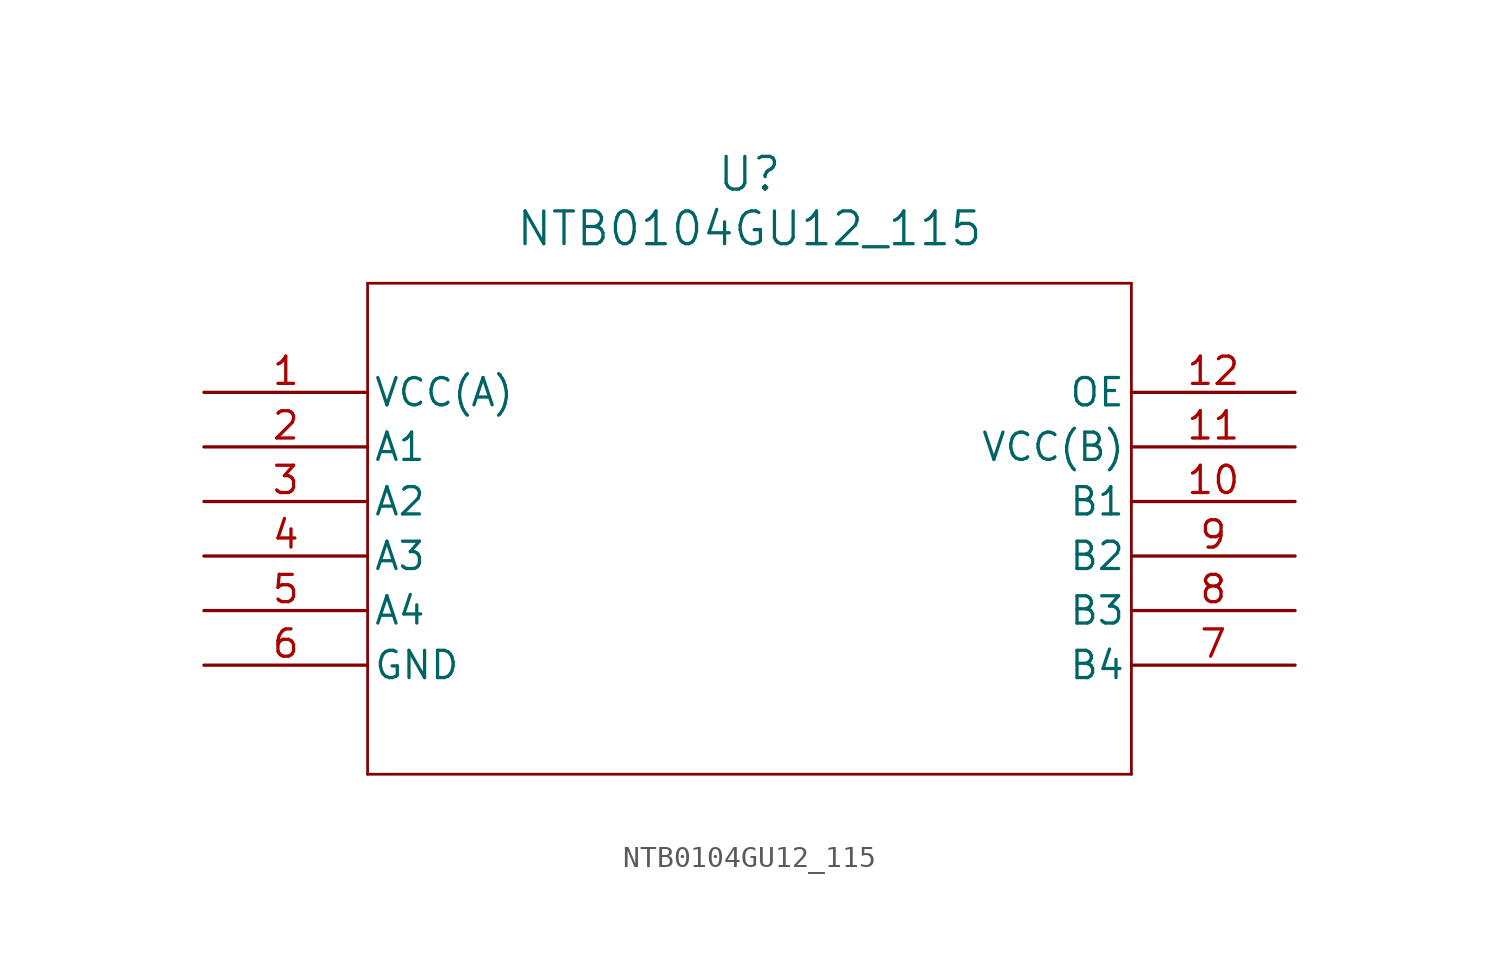
<source format=kicad_sym>
(kicad_symbol_lib
  (version 20211014)
  (generator kicad_symbol_editor)
  (symbol "NTB0104GU12_115"
    (pin_names
      (offset 0.254))
    (property "Reference" "U"
      (at 25.4 10.16 0)
      (effects (font (size 1.524 1.524))))
    (property "Value" "NTB0104GU12_115"
      (at 25.4 7.62 0)
      (effects (font (size 1.524 1.524))))
    (symbol "NTB0104GU12_115_0_1"
      (polyline (pts (xy 7.62 5.08) (xy 7.62 -17.78)) (stroke (width 0.127) (type default) (color 0 0 0 0)) (fill (type none)))
      (polyline (pts (xy 7.62 -17.78) (xy 43.18 -17.78)) (stroke (width 0.127) (type default) (color 0 0 0 0)) (fill (type none)))
      (polyline (pts (xy 43.18 -17.78) (xy 43.18 5.08)) (stroke (width 0.127) (type default) (color 0 0 0 0)) (fill (type none)))
      (polyline (pts (xy 43.18 5.08) (xy 7.62 5.08)) (stroke (width 0.127) (type default) (color 0 0 0 0)) (fill (type none)))
      (pin power_in line (at 0 0 0) (length 7.62) (name "VCC(A)" (effects (font (size 1.27 1.27)))) (number "1" (effects (font (size 1.27 1.27)))))
      (pin bidirectional line (at 0 -2.54 0) (length 7.62) (name "A1" (effects (font (size 1.27 1.27)))) (number "2" (effects (font (size 1.27 1.27)))))
      (pin bidirectional line (at 0 -5.08 0) (length 7.62) (name "A2" (effects (font (size 1.27 1.27)))) (number "3" (effects (font (size 1.27 1.27)))))
      (pin bidirectional line (at 0 -7.62 0) (length 7.62) (name "A3" (effects (font (size 1.27 1.27)))) (number "4" (effects (font (size 1.27 1.27)))))
      (pin bidirectional line (at 0 -10.16 0) (length 7.62) (name "A4" (effects (font (size 1.27 1.27)))) (number "5" (effects (font (size 1.27 1.27)))))
      (pin power_out line (at 0 -12.7 0) (length 7.62) (name "GND" (effects (font (size 1.27 1.27)))) (number "6" (effects (font (size 1.27 1.27)))))
      (pin bidirectional line (at 50.8 -12.7 180) (length 7.62) (name "B4" (effects (font (size 1.27 1.27)))) (number "7" (effects (font (size 1.27 1.27)))))
      (pin bidirectional line (at 50.8 -10.16 180) (length 7.62) (name "B3" (effects (font (size 1.27 1.27)))) (number "8" (effects (font (size 1.27 1.27)))))
      (pin bidirectional line (at 50.8 -7.62 180) (length 7.62) (name "B2" (effects (font (size 1.27 1.27)))) (number "9" (effects (font (size 1.27 1.27)))))
      (pin bidirectional line (at 50.8 -5.08 180) (length 7.62) (name "B1" (effects (font (size 1.27 1.27)))) (number "10" (effects (font (size 1.27 1.27)))))
      (pin power_in line (at 50.8 -2.54 180) (length 7.62) (name "VCC(B)" (effects (font (size 1.27 1.27)))) (number "11" (effects (font (size 1.27 1.27)))))
      (pin input line (at 50.8 0 180) (length 7.62) (name "OE" (effects (font (size 1.27 1.27)))) (number "12" (effects (font (size 1.27 1.27))))))))
</source>
